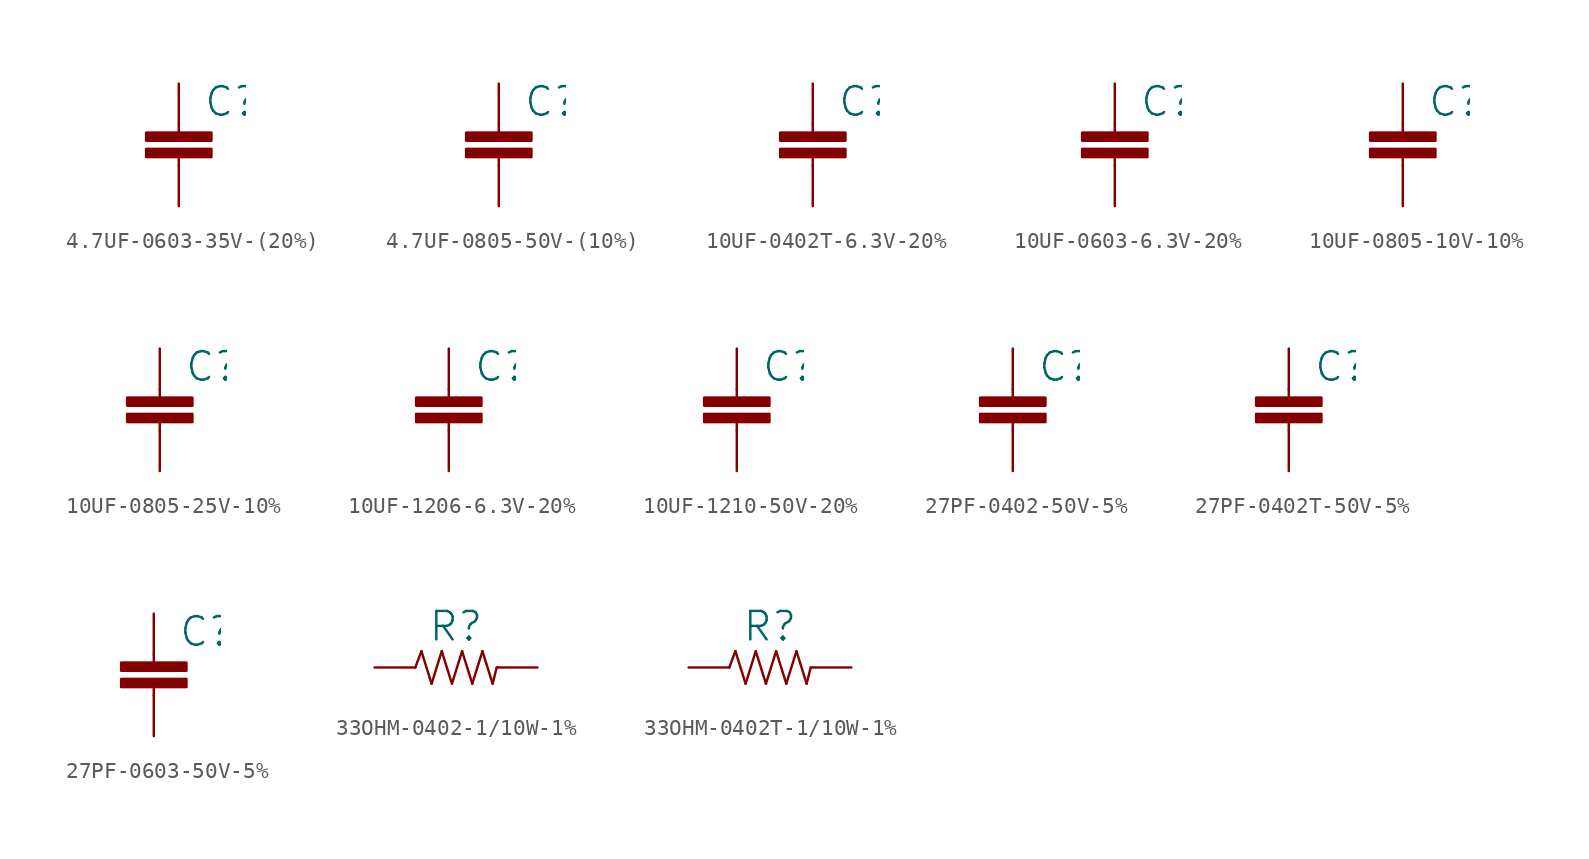
<source format=kicad_sym>
(kicad_symbol_lib
  (version 20231120)
  (generator "kicad_symbol_editor")
  (generator_version "8.0")
  (symbol "4.7UF-0603-35V-(20%)"
    (property "Reference" "C"
      (at 1.524 2.921 0)
      (effects (font (size 1.778 1.778)) (justify left bottom)))
    (property "Value" ""
      (at 1.524 -2.159 0)
      (effects (font (size 1.778 1.778)) (justify left bottom)))
    (property "ki_locked" ""
      (at 0 0 0)
      (effects (font (size 1.27 1.27))))
    (symbol "4.7UF-0603-35V-(20%)_1_0"
      (rectangle (start -2.032 0.508) (end 2.032 1.016) (stroke (width 0) (type default)) (fill (type outline)))
      (rectangle (start -2.032 1.524) (end 2.032 2.032) (stroke (width 0) (type default)) (fill (type outline)))
      (polyline (pts (xy 0 0) (xy 0 0.508)) (stroke (width 0.152) (type solid)) (fill (type none)))
      (polyline (pts (xy 0 2.54) (xy 0 2.032)) (stroke (width 0.152) (type solid)) (fill (type none)))
      (pin passive line (at 0 5.08 270) (length 2.54) (name "1" (effects (font (size 0 0)))) (number "1" (effects (font (size 0 0)))))
      (pin passive line (at 0 -2.54 90) (length 2.54) (name "2" (effects (font (size 0 0)))) (number "2" (effects (font (size 0 0)))))))
  (symbol "4.7UF-0805-50V-(10%)"
    (property "Reference" "C"
      (at 1.524 2.921 0)
      (effects (font (size 1.778 1.778)) (justify left bottom)))
    (property "Value" ""
      (at 1.524 -2.159 0)
      (effects (font (size 1.778 1.778)) (justify left bottom)))
    (property "ki_locked" ""
      (at 0 0 0)
      (effects (font (size 1.27 1.27))))
    (symbol "4.7UF-0805-50V-(10%)_1_0"
      (rectangle (start -2.032 0.508) (end 2.032 1.016) (stroke (width 0) (type default)) (fill (type outline)))
      (rectangle (start -2.032 1.524) (end 2.032 2.032) (stroke (width 0) (type default)) (fill (type outline)))
      (polyline (pts (xy 0 0) (xy 0 0.508)) (stroke (width 0.152) (type solid)) (fill (type none)))
      (polyline (pts (xy 0 2.54) (xy 0 2.032)) (stroke (width 0.152) (type solid)) (fill (type none)))
      (pin passive line (at 0 5.08 270) (length 2.54) (name "1" (effects (font (size 0 0)))) (number "1" (effects (font (size 0 0)))))
      (pin passive line (at 0 -2.54 90) (length 2.54) (name "2" (effects (font (size 0 0)))) (number "2" (effects (font (size 0 0)))))))
  (symbol "10UF-0402T-6.3V-20%"
    (property "Reference" "C"
      (at 1.524 2.921 0)
      (effects (font (size 1.778 1.778)) (justify left bottom)))
    (property "Value" ""
      (at 1.524 -2.159 0)
      (effects (font (size 1.778 1.778)) (justify left bottom)))
    (property "ki_locked" ""
      (at 0 0 0)
      (effects (font (size 1.27 1.27))))
    (symbol "10UF-0402T-6.3V-20%_1_0"
      (rectangle (start -2.032 0.508) (end 2.032 1.016) (stroke (width 0) (type default)) (fill (type outline)))
      (rectangle (start -2.032 1.524) (end 2.032 2.032) (stroke (width 0) (type default)) (fill (type outline)))
      (polyline (pts (xy 0 0) (xy 0 0.508)) (stroke (width 0.152) (type solid)) (fill (type none)))
      (polyline (pts (xy 0 2.54) (xy 0 2.032)) (stroke (width 0.152) (type solid)) (fill (type none)))
      (pin passive line (at 0 5.08 270) (length 2.54) (name "1" (effects (font (size 0 0)))) (number "1" (effects (font (size 0 0)))))
      (pin passive line (at 0 -2.54 90) (length 2.54) (name "2" (effects (font (size 0 0)))) (number "2" (effects (font (size 0 0)))))))
  (symbol "10UF-0603-6.3V-20%"
    (property "Reference" "C"
      (at 1.524 2.921 0)
      (effects (font (size 1.778 1.778)) (justify left bottom)))
    (property "Value" ""
      (at 1.524 -2.159 0)
      (effects (font (size 1.778 1.778)) (justify left bottom)))
    (property "ki_locked" ""
      (at 0 0 0)
      (effects (font (size 1.27 1.27))))
    (symbol "10UF-0603-6.3V-20%_1_0"
      (rectangle (start -2.032 0.508) (end 2.032 1.016) (stroke (width 0) (type default)) (fill (type outline)))
      (rectangle (start -2.032 1.524) (end 2.032 2.032) (stroke (width 0) (type default)) (fill (type outline)))
      (polyline (pts (xy 0 0) (xy 0 0.508)) (stroke (width 0.152) (type solid)) (fill (type none)))
      (polyline (pts (xy 0 2.54) (xy 0 2.032)) (stroke (width 0.152) (type solid)) (fill (type none)))
      (pin passive line (at 0 5.08 270) (length 2.54) (name "1" (effects (font (size 0 0)))) (number "1" (effects (font (size 0 0)))))
      (pin passive line (at 0 -2.54 90) (length 2.54) (name "2" (effects (font (size 0 0)))) (number "2" (effects (font (size 0 0)))))))
  (symbol "10UF-0805-10V-10%"
    (property "Reference" "C"
      (at 1.524 2.921 0)
      (effects (font (size 1.778 1.778)) (justify left bottom)))
    (property "Value" ""
      (at 1.524 -2.159 0)
      (effects (font (size 1.778 1.778)) (justify left bottom)))
    (property "ki_locked" ""
      (at 0 0 0)
      (effects (font (size 1.27 1.27))))
    (symbol "10UF-0805-10V-10%_1_0"
      (rectangle (start -2.032 0.508) (end 2.032 1.016) (stroke (width 0) (type default)) (fill (type outline)))
      (rectangle (start -2.032 1.524) (end 2.032 2.032) (stroke (width 0) (type default)) (fill (type outline)))
      (polyline (pts (xy 0 0) (xy 0 0.508)) (stroke (width 0.152) (type solid)) (fill (type none)))
      (polyline (pts (xy 0 2.54) (xy 0 2.032)) (stroke (width 0.152) (type solid)) (fill (type none)))
      (pin passive line (at 0 5.08 270) (length 2.54) (name "1" (effects (font (size 0 0)))) (number "1" (effects (font (size 0 0)))))
      (pin passive line (at 0 -2.54 90) (length 2.54) (name "2" (effects (font (size 0 0)))) (number "2" (effects (font (size 0 0)))))))
  (symbol "10UF-0805-25V-10%"
    (property "Reference" "C"
      (at 1.524 2.921 0)
      (effects (font (size 1.778 1.778)) (justify left bottom)))
    (property "Value" ""
      (at 1.524 -2.159 0)
      (effects (font (size 1.778 1.778)) (justify left bottom)))
    (property "ki_locked" ""
      (at 0 0 0)
      (effects (font (size 1.27 1.27))))
    (symbol "10UF-0805-25V-10%_1_0"
      (rectangle (start -2.032 0.508) (end 2.032 1.016) (stroke (width 0) (type default)) (fill (type outline)))
      (rectangle (start -2.032 1.524) (end 2.032 2.032) (stroke (width 0) (type default)) (fill (type outline)))
      (polyline (pts (xy 0 0) (xy 0 0.508)) (stroke (width 0.152) (type solid)) (fill (type none)))
      (polyline (pts (xy 0 2.54) (xy 0 2.032)) (stroke (width 0.152) (type solid)) (fill (type none)))
      (pin passive line (at 0 5.08 270) (length 2.54) (name "1" (effects (font (size 0 0)))) (number "1" (effects (font (size 0 0)))))
      (pin passive line (at 0 -2.54 90) (length 2.54) (name "2" (effects (font (size 0 0)))) (number "2" (effects (font (size 0 0)))))))
  (symbol "10UF-1206-6.3V-20%"
    (property "Reference" "C"
      (at 1.524 2.921 0)
      (effects (font (size 1.778 1.778)) (justify left bottom)))
    (property "Value" ""
      (at 1.524 -2.159 0)
      (effects (font (size 1.778 1.778)) (justify left bottom)))
    (property "ki_locked" ""
      (at 0 0 0)
      (effects (font (size 1.27 1.27))))
    (symbol "10UF-1206-6.3V-20%_1_0"
      (rectangle (start -2.032 0.508) (end 2.032 1.016) (stroke (width 0) (type default)) (fill (type outline)))
      (rectangle (start -2.032 1.524) (end 2.032 2.032) (stroke (width 0) (type default)) (fill (type outline)))
      (polyline (pts (xy 0 0) (xy 0 0.508)) (stroke (width 0.152) (type solid)) (fill (type none)))
      (polyline (pts (xy 0 2.54) (xy 0 2.032)) (stroke (width 0.152) (type solid)) (fill (type none)))
      (pin passive line (at 0 5.08 270) (length 2.54) (name "1" (effects (font (size 0 0)))) (number "1" (effects (font (size 0 0)))))
      (pin passive line (at 0 -2.54 90) (length 2.54) (name "2" (effects (font (size 0 0)))) (number "2" (effects (font (size 0 0)))))))
  (symbol "10UF-1210-50V-20%"
    (property "Reference" "C"
      (at 1.524 2.921 0)
      (effects (font (size 1.778 1.778)) (justify left bottom)))
    (property "Value" ""
      (at 1.524 -2.159 0)
      (effects (font (size 1.778 1.778)) (justify left bottom)))
    (property "ki_locked" ""
      (at 0 0 0)
      (effects (font (size 1.27 1.27))))
    (symbol "10UF-1210-50V-20%_1_0"
      (rectangle (start -2.032 0.508) (end 2.032 1.016) (stroke (width 0) (type default)) (fill (type outline)))
      (rectangle (start -2.032 1.524) (end 2.032 2.032) (stroke (width 0) (type default)) (fill (type outline)))
      (polyline (pts (xy 0 0) (xy 0 0.508)) (stroke (width 0.152) (type solid)) (fill (type none)))
      (polyline (pts (xy 0 2.54) (xy 0 2.032)) (stroke (width 0.152) (type solid)) (fill (type none)))
      (pin passive line (at 0 5.08 270) (length 2.54) (name "1" (effects (font (size 0 0)))) (number "1" (effects (font (size 0 0)))))
      (pin passive line (at 0 -2.54 90) (length 2.54) (name "2" (effects (font (size 0 0)))) (number "2" (effects (font (size 0 0)))))))
  (symbol "27PF-0402-50V-5%"
    (property "Reference" "C"
      (at 1.524 2.921 0)
      (effects (font (size 1.778 1.778)) (justify left bottom)))
    (property "Value" ""
      (at 1.524 -2.159 0)
      (effects (font (size 1.778 1.778)) (justify left bottom)))
    (property "ki_locked" ""
      (at 0 0 0)
      (effects (font (size 1.27 1.27))))
    (symbol "27PF-0402-50V-5%_1_0"
      (rectangle (start -2.032 0.508) (end 2.032 1.016) (stroke (width 0) (type default)) (fill (type outline)))
      (rectangle (start -2.032 1.524) (end 2.032 2.032) (stroke (width 0) (type default)) (fill (type outline)))
      (polyline (pts (xy 0 0) (xy 0 0.508)) (stroke (width 0.152) (type solid)) (fill (type none)))
      (polyline (pts (xy 0 2.54) (xy 0 2.032)) (stroke (width 0.152) (type solid)) (fill (type none)))
      (pin passive line (at 0 5.08 270) (length 2.54) (name "1" (effects (font (size 0 0)))) (number "1" (effects (font (size 0 0)))))
      (pin passive line (at 0 -2.54 90) (length 2.54) (name "2" (effects (font (size 0 0)))) (number "2" (effects (font (size 0 0)))))))
  (symbol "27PF-0402T-50V-5%"
    (property "Reference" "C"
      (at 1.524 2.921 0)
      (effects (font (size 1.778 1.778)) (justify left bottom)))
    (property "Value" ""
      (at 1.524 -2.159 0)
      (effects (font (size 1.778 1.778)) (justify left bottom)))
    (property "ki_locked" ""
      (at 0 0 0)
      (effects (font (size 1.27 1.27))))
    (symbol "27PF-0402T-50V-5%_1_0"
      (rectangle (start -2.032 0.508) (end 2.032 1.016) (stroke (width 0) (type default)) (fill (type outline)))
      (rectangle (start -2.032 1.524) (end 2.032 2.032) (stroke (width 0) (type default)) (fill (type outline)))
      (polyline (pts (xy 0 0) (xy 0 0.508)) (stroke (width 0.152) (type solid)) (fill (type none)))
      (polyline (pts (xy 0 2.54) (xy 0 2.032)) (stroke (width 0.152) (type solid)) (fill (type none)))
      (pin passive line (at 0 5.08 270) (length 2.54) (name "1" (effects (font (size 0 0)))) (number "1" (effects (font (size 0 0)))))
      (pin passive line (at 0 -2.54 90) (length 2.54) (name "2" (effects (font (size 0 0)))) (number "2" (effects (font (size 0 0)))))))
  (symbol "27PF-0603-50V-5%"
    (property "Reference" "C"
      (at 1.524 2.921 0)
      (effects (font (size 1.778 1.778)) (justify left bottom)))
    (property "Value" ""
      (at 1.524 -2.159 0)
      (effects (font (size 1.778 1.778)) (justify left bottom)))
    (property "ki_locked" ""
      (at 0 0 0)
      (effects (font (size 1.27 1.27))))
    (symbol "27PF-0603-50V-5%_1_0"
      (rectangle (start -2.032 0.508) (end 2.032 1.016) (stroke (width 0) (type default)) (fill (type outline)))
      (rectangle (start -2.032 1.524) (end 2.032 2.032) (stroke (width 0) (type default)) (fill (type outline)))
      (polyline (pts (xy 0 0) (xy 0 0.508)) (stroke (width 0.152) (type solid)) (fill (type none)))
      (polyline (pts (xy 0 2.54) (xy 0 2.032)) (stroke (width 0.152) (type solid)) (fill (type none)))
      (pin passive line (at 0 5.08 270) (length 2.54) (name "1" (effects (font (size 0 0)))) (number "1" (effects (font (size 0 0)))))
      (pin passive line (at 0 -2.54 90) (length 2.54) (name "2" (effects (font (size 0 0)))) (number "2" (effects (font (size 0 0)))))))
  (symbol "33OHM-0402-1/10W-1%"
    (property "Reference" "R"
      (at 0 1.524 0)
      (effects (font (size 1.778 1.778)) (justify bottom)))
    (property "Value" ""
      (at 0 -1.524 0)
      (effects (font (size 1.778 1.778)) (justify top)))
    (property "ki_locked" ""
      (at 0 0 0)
      (effects (font (size 1.27 1.27))))
    (symbol "33OHM-0402-1/10W-1%_1_0"
      (polyline (pts (xy -2.54 0) (xy -2.159 1.016)) (stroke (width 0.152) (type solid)) (fill (type none)))
      (polyline (pts (xy -2.159 1.016) (xy -1.524 -1.016)) (stroke (width 0.152) (type solid)) (fill (type none)))
      (polyline (pts (xy -1.524 -1.016) (xy -0.889 1.016)) (stroke (width 0.152) (type solid)) (fill (type none)))
      (polyline (pts (xy -0.889 1.016) (xy -0.254 -1.016)) (stroke (width 0.152) (type solid)) (fill (type none)))
      (polyline (pts (xy -0.254 -1.016) (xy 0.381 1.016)) (stroke (width 0.152) (type solid)) (fill (type none)))
      (polyline (pts (xy 0.381 1.016) (xy 1.016 -1.016)) (stroke (width 0.152) (type solid)) (fill (type none)))
      (polyline (pts (xy 1.016 -1.016) (xy 1.651 1.016)) (stroke (width 0.152) (type solid)) (fill (type none)))
      (polyline (pts (xy 1.651 1.016) (xy 2.286 -1.016)) (stroke (width 0.152) (type solid)) (fill (type none)))
      (polyline (pts (xy 2.286 -1.016) (xy 2.54 0)) (stroke (width 0.152) (type solid)) (fill (type none)))
      (pin passive line (at -5.08 0 0) (length 2.54) (name "1" (effects (font (size 0 0)))) (number "1" (effects (font (size 0 0)))))
      (pin passive line (at 5.08 0 180) (length 2.54) (name "2" (effects (font (size 0 0)))) (number "2" (effects (font (size 0 0)))))))
  (symbol "33OHM-0402T-1/10W-1%"
    (property "Reference" "R"
      (at 0 1.524 0)
      (effects (font (size 1.778 1.778)) (justify bottom)))
    (property "Value" ""
      (at 0 -1.524 0)
      (effects (font (size 1.778 1.778)) (justify top)))
    (property "ki_locked" ""
      (at 0 0 0)
      (effects (font (size 1.27 1.27))))
    (symbol "33OHM-0402T-1/10W-1%_1_0"
      (polyline (pts (xy -2.54 0) (xy -2.159 1.016)) (stroke (width 0.152) (type solid)) (fill (type none)))
      (polyline (pts (xy -2.159 1.016) (xy -1.524 -1.016)) (stroke (width 0.152) (type solid)) (fill (type none)))
      (polyline (pts (xy -1.524 -1.016) (xy -0.889 1.016)) (stroke (width 0.152) (type solid)) (fill (type none)))
      (polyline (pts (xy -0.889 1.016) (xy -0.254 -1.016)) (stroke (width 0.152) (type solid)) (fill (type none)))
      (polyline (pts (xy -0.254 -1.016) (xy 0.381 1.016)) (stroke (width 0.152) (type solid)) (fill (type none)))
      (polyline (pts (xy 0.381 1.016) (xy 1.016 -1.016)) (stroke (width 0.152) (type solid)) (fill (type none)))
      (polyline (pts (xy 1.016 -1.016) (xy 1.651 1.016)) (stroke (width 0.152) (type solid)) (fill (type none)))
      (polyline (pts (xy 1.651 1.016) (xy 2.286 -1.016)) (stroke (width 0.152) (type solid)) (fill (type none)))
      (polyline (pts (xy 2.286 -1.016) (xy 2.54 0)) (stroke (width 0.152) (type solid)) (fill (type none)))
      (pin passive line (at -5.08 0 0) (length 2.54) (name "1" (effects (font (size 0 0)))) (number "1" (effects (font (size 0 0)))))
      (pin passive line (at 5.08 0 180) (length 2.54) (name "2" (effects (font (size 0 0)))) (number "2" (effects (font (size 0 0))))))))
</source>
